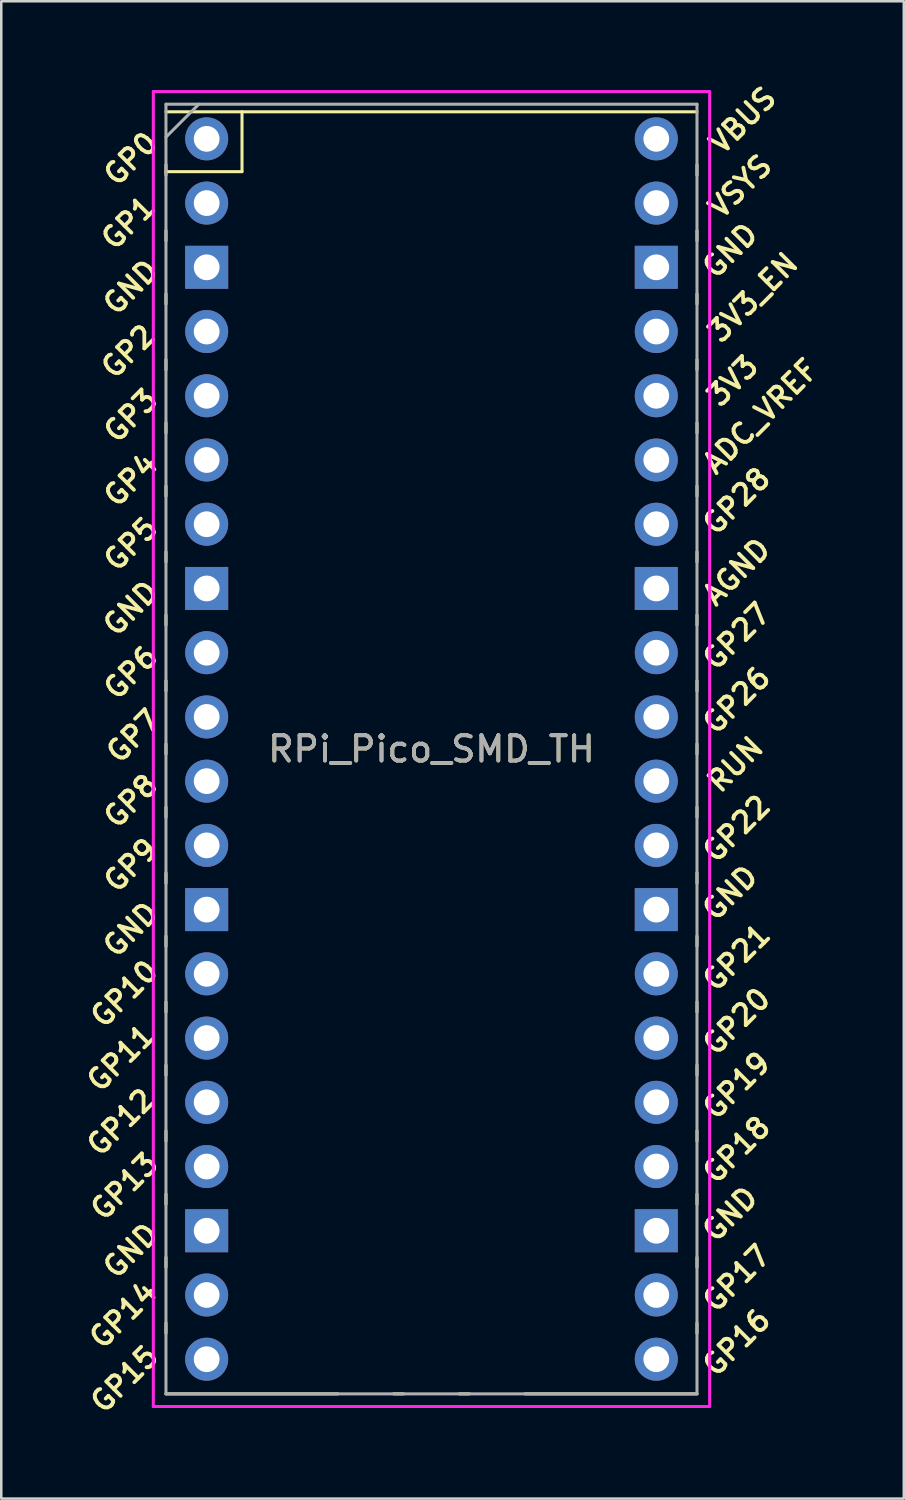
<source format=kicad_pcb>
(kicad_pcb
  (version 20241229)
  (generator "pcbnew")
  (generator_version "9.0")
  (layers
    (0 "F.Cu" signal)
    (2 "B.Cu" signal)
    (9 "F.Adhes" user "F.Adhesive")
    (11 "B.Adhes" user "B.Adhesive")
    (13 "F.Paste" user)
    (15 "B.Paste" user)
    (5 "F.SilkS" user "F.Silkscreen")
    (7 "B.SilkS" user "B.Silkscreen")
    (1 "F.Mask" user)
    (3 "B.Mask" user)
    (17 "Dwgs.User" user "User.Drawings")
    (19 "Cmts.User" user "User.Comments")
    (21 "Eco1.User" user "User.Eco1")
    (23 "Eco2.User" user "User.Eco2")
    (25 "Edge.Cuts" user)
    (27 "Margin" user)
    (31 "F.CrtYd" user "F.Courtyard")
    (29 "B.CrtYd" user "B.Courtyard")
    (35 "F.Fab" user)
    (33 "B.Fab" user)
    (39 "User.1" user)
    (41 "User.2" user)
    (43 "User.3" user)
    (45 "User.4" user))
  (footprint "RPi_Pico_SMD_TH"
    (layer "F.Cu")
    (at 14.013 26.571)
    (property "Reference" "RPi_Pico_SMD_TH" (at 0 0 0) (layer "F.SilkS") (effects (font (size 1 1) (thickness 0.15))))
    (attr through_hole)
    (fp_line (start -10.5 -25.2) (end 10.5 -25.2) (stroke (width 0.12) (type solid)) (layer "F.SilkS"))
    (fp_line (start -10.5 -23.1) (end -10.5 -22.7) (stroke (width 0.12) (type solid)) (layer "F.SilkS"))
    (fp_line (start -10.5 -22.833) (end -7.493 -22.833) (stroke (width 0.12) (type solid)) (layer "F.SilkS"))
    (fp_line (start -10.5 -20.5) (end -10.5 -20.1) (stroke (width 0.12) (type solid)) (layer "F.SilkS"))
    (fp_line (start -10.5 -18) (end -10.5 -17.6) (stroke (width 0.12) (type solid)) (layer "F.SilkS"))
    (fp_line (start -10.5 -15.4) (end -10.5 -15) (stroke (width 0.12) (type solid)) (layer "F.SilkS"))
    (fp_line (start -10.5 -12.9) (end -10.5 -12.5) (stroke (width 0.12) (type solid)) (layer "F.SilkS"))
    (fp_line (start -10.5 -10.4) (end -10.5 -10) (stroke (width 0.12) (type solid)) (layer "F.SilkS"))
    (fp_line (start -10.5 -7.8) (end -10.5 -7.4) (stroke (width 0.12) (type solid)) (layer "F.SilkS"))
    (fp_line (start -10.5 -5.3) (end -10.5 -4.9) (stroke (width 0.12) (type solid)) (layer "F.SilkS"))
    (fp_line (start -10.5 -2.7) (end -10.5 -2.3) (stroke (width 0.12) (type solid)) (layer "F.SilkS"))
    (fp_line (start -10.5 -0.2) (end -10.5 0.2) (stroke (width 0.12) (type solid)) (layer "F.SilkS"))
    (fp_line (start -10.5 2.3) (end -10.5 2.7) (stroke (width 0.12) (type solid)) (layer "F.SilkS"))
    (fp_line (start -10.5 4.9) (end -10.5 5.3) (stroke (width 0.12) (type solid)) (layer "F.SilkS"))
    (fp_line (start -10.5 7.4) (end -10.5 7.8) (stroke (width 0.12) (type solid)) (layer "F.SilkS"))
    (fp_line (start -10.5 10) (end -10.5 10.4) (stroke (width 0.12) (type solid)) (layer "F.SilkS"))
    (fp_line (start -10.5 12.5) (end -10.5 12.9) (stroke (width 0.12) (type solid)) (layer "F.SilkS"))
    (fp_line (start -10.5 15.1) (end -10.5 15.5) (stroke (width 0.12) (type solid)) (layer "F.SilkS"))
    (fp_line (start -10.5 17.6) (end -10.5 18) (stroke (width 0.12) (type solid)) (layer "F.SilkS"))
    (fp_line (start -10.5 20.1) (end -10.5 20.5) (stroke (width 0.12) (type solid)) (layer "F.SilkS"))
    (fp_line (start -10.5 22.7) (end -10.5 23.1) (stroke (width 0.12) (type solid)) (layer "F.SilkS"))
    (fp_line (start -7.493 -22.833) (end -7.493 -25.2) (stroke (width 0.12) (type solid)) (layer "F.SilkS"))
    (fp_line (start -3.7 25.5) (end -10.5 25.5) (stroke (width 0.12) (type solid)) (layer "F.SilkS"))
    (fp_line (start -1.5 25.5) (end -1.1 25.5) (stroke (width 0.12) (type solid)) (layer "F.SilkS"))
    (fp_line (start 1.1 25.5) (end 1.5 25.5) (stroke (width 0.12) (type solid)) (layer "F.SilkS"))
    (fp_line (start 10.5 -23.1) (end 10.5 -22.7) (stroke (width 0.12) (type solid)) (layer "F.SilkS"))
    (fp_line (start 10.5 -20.5) (end 10.5 -20.1) (stroke (width 0.12) (type solid)) (layer "F.SilkS"))
    (fp_line (start 10.5 -18) (end 10.5 -17.6) (stroke (width 0.12) (type solid)) (layer "F.SilkS"))
    (fp_line (start 10.5 -15.4) (end 10.5 -15) (stroke (width 0.12) (type solid)) (layer "F.SilkS"))
    (fp_line (start 10.5 -12.9) (end 10.5 -12.5) (stroke (width 0.12) (type solid)) (layer "F.SilkS"))
    (fp_line (start 10.5 -10.4) (end 10.5 -10) (stroke (width 0.12) (type solid)) (layer "F.SilkS"))
    (fp_line (start 10.5 -7.8) (end 10.5 -7.4) (stroke (width 0.12) (type solid)) (layer "F.SilkS"))
    (fp_line (start 10.5 -5.3) (end 10.5 -4.9) (stroke (width 0.12) (type solid)) (layer "F.SilkS"))
    (fp_line (start 10.5 -2.7) (end 10.5 -2.3) (stroke (width 0.12) (type solid)) (layer "F.SilkS"))
    (fp_line (start 10.5 -0.2) (end 10.5 0.2) (stroke (width 0.12) (type solid)) (layer "F.SilkS"))
    (fp_line (start 10.5 2.3) (end 10.5 2.7) (stroke (width 0.12) (type solid)) (layer "F.SilkS"))
    (fp_line (start 10.5 4.9) (end 10.5 5.3) (stroke (width 0.12) (type solid)) (layer "F.SilkS"))
    (fp_line (start 10.5 7.4) (end 10.5 7.8) (stroke (width 0.12) (type solid)) (layer "F.SilkS"))
    (fp_line (start 10.5 10) (end 10.5 10.4) (stroke (width 0.12) (type solid)) (layer "F.SilkS"))
    (fp_line (start 10.5 12.5) (end 10.5 12.9) (stroke (width 0.12) (type solid)) (layer "F.SilkS"))
    (fp_line (start 10.5 15.1) (end 10.5 15.5) (stroke (width 0.12) (type solid)) (layer "F.SilkS"))
    (fp_line (start 10.5 17.6) (end 10.5 18) (stroke (width 0.12) (type solid)) (layer "F.SilkS"))
    (fp_line (start 10.5 20.1) (end 10.5 20.5) (stroke (width 0.12) (type solid)) (layer "F.SilkS"))
    (fp_line (start 10.5 22.7) (end 10.5 23.1) (stroke (width 0.12) (type solid)) (layer "F.SilkS"))
    (fp_line (start 10.5 25.5) (end 3.7 25.5) (stroke (width 0.12) (type solid)) (layer "F.SilkS"))
    (fp_line (start -11 -26) (end 11 -26) (stroke (width 0.12) (type solid)) (layer "F.CrtYd"))
    (fp_line (start -11 26) (end -11 -26) (stroke (width 0.12) (type solid)) (layer "F.CrtYd"))
    (fp_line (start 11 -26) (end 11 26) (stroke (width 0.12) (type solid)) (layer "F.CrtYd"))
    (fp_line (start 11 26) (end -11 26) (stroke (width 0.12) (type solid)) (layer "F.CrtYd"))
    (fp_line (start -10.5 -25.5) (end 10.5 -25.5) (stroke (width 0.12) (type solid)) (layer "F.Fab"))
    (fp_line (start -10.5 -24.2) (end -9.2 -25.5) (stroke (width 0.12) (type solid)) (layer "F.Fab"))
    (fp_line (start -10.5 25.5) (end -10.5 -25.5) (stroke (width 0.12) (type solid)) (layer "F.Fab"))
    (fp_line (start 10.5 -25.5) (end 10.5 25.5) (stroke (width 0.12) (type solid)) (layer "F.Fab"))
    (fp_line (start 10.5 25.5) (end -10.5 25.5) (stroke (width 0.12) (type solid)) (layer "F.Fab"))
    (fp_text user "GP18" (at 12.065 15.85 45) (layer "F.SilkS") (effects (font (size 0.8 0.8) (thickness 0.15))))
    (fp_text user "GND" (at -11.889 7.137 45) (layer "F.SilkS") (effects (font (size 0.8 0.8) (thickness 0.15))))
    (fp_text user "RUN" (at 12.011 0.61 45) (layer "F.SilkS") (effects (font (size 0.8 0.8) (thickness 0.15))))
    (fp_text user "GP27" (at 12.065 -4.46 45) (layer "F.SilkS") (effects (font (size 0.8 0.8) (thickness 0.15))))
    (fp_text user "AGND" (at 12.065 -7.01 45) (layer "F.SilkS") (effects (font (size 0.8 0.8) (thickness 0.15))))
    (fp_text user "GP26" (at 12.065 -1.93 45) (layer "F.SilkS") (effects (font (size 0.8 0.8) (thickness 0.15))))
    (fp_text user "GP5" (at -11.889 -8.103 45) (layer "F.SilkS") (effects (font (size 0.8 0.8) (thickness 0.15))))
    (fp_text user "GND" (at 11.811 18.39 45) (layer "F.SilkS") (effects (font (size 0.8 0.8) (thickness 0.15))))
    (fp_text user "GP19" (at 12.065 13.31 45) (layer "F.SilkS") (effects (font (size 0.8 0.8) (thickness 0.15))))
    (fp_text user "GP1" (at -11.989 -20.813 45) (layer "F.SilkS") (effects (font (size 0.8 0.8) (thickness 0.15))))
    (fp_text user "GP0" (at -11.889 -23.343 45) (layer "F.SilkS") (effects (font (size 0.8 0.8) (thickness 0.15))))
    (fp_text user "GP28" (at 12.065 -9.804 45) (layer "F.SilkS") (effects (font (size 0.8 0.8) (thickness 0.15))))
    (fp_text user "GP17" (at 12.065 20.93 45) (layer "F.SilkS") (effects (font (size 0.8 0.8) (thickness 0.15))))
    (fp_text user "GP11" (at -12.289 12.217 45) (layer "F.SilkS") (effects (font (size 0.8 0.8) (thickness 0.15))))
    (fp_text user "GP10" (at -12.143 9.677 45) (layer "F.SilkS") (effects (font (size 0.8 0.8) (thickness 0.15))))
    (fp_text user "GP7" (at -11.789 -0.513 45) (layer "F.SilkS") (effects (font (size 0.8 0.8) (thickness 0.15))))
    (fp_text user "GP2" (at -11.989 -15.723 45) (layer "F.SilkS") (effects (font (size 0.8 0.8) (thickness 0.15))))
    (fp_text user "GP4" (at -11.889 -10.643 45) (layer "F.SilkS") (effects (font (size 0.8 0.8) (thickness 0.15))))
    (fp_text user "GP12" (at -12.289 14.757 45) (layer "F.SilkS") (effects (font (size 0.8 0.8) (thickness 0.15))))
    (fp_text user "GND" (at -11.889 19.837 45) (layer "F.SilkS") (effects (font (size 0.8 0.8) (thickness 0.15))))
    (fp_text user "GP8" (at -11.889 2.057 45) (layer "F.SilkS") (effects (font (size 0.8 0.8) (thickness 0.15))))
    (fp_text user "GP13" (at -12.143 17.297 45) (layer "F.SilkS") (effects (font (size 0.8 0.8) (thickness 0.15))))
    (fp_text user "GND" (at 11.811 5.69 45) (layer "F.SilkS") (effects (font (size 0.8 0.8) (thickness 0.15))))
    (fp_text user "GND" (at 11.811 -19.71 45) (layer "F.SilkS") (effects (font (size 0.8 0.8) (thickness 0.15))))
    (fp_text user "VSYS" (at 12.211 -22.25 45) (layer "F.SilkS") (effects (font (size 0.8 0.8) (thickness 0.15))))
    (fp_text user "GP21" (at 12.065 8.24 45) (layer "F.SilkS") (effects (font (size 0.8 0.8) (thickness 0.15))))
    (fp_text user "GND" (at -11.889 -18.263 45) (layer "F.SilkS") (effects (font (size 0.8 0.8) (thickness 0.15))))
    (fp_text user "GP9" (at -11.889 4.597 45) (layer "F.SilkS") (effects (font (size 0.8 0.8) (thickness 0.15))))
    (fp_text user "GP20" (at 12.065 10.77 45) (layer "F.SilkS") (effects (font (size 0.8 0.8) (thickness 0.15))))
    (fp_text user "VBUS" (at 12.311 -24.86 45) (layer "F.SilkS") (effects (font (size 0.8 0.8) (thickness 0.15))))
    (fp_text user "GND" (at -11.889 -5.563 45) (layer "F.SilkS") (effects (font (size 0.8 0.8) (thickness 0.15))))
    (fp_text user "ADC_VREF" (at 13.011 -13.16 45) (layer "F.SilkS") (effects (font (size 0.8 0.8) (thickness 0.15))))
    (fp_text user "GP3" (at -11.889 -13.183 45) (layer "F.SilkS") (effects (font (size 0.8 0.8) (thickness 0.15))))
    (fp_text user "GP22" (at 12.065 3.15 45) (layer "F.SilkS") (effects (font (size 0.8 0.8) (thickness 0.15))))
    (fp_text user "GP6" (at -11.889 -3.023 45) (layer "F.SilkS") (effects (font (size 0.8 0.8) (thickness 0.15))))
    (fp_text user "GP16" (at 12.065 23.47 45) (layer "F.SilkS") (effects (font (size 0.8 0.8) (thickness 0.15))))
    (fp_text user "3V3_EN" (at 12.711 -17.86 45) (layer "F.SilkS") (effects (font (size 0.8 0.8) (thickness 0.15))))
    (fp_text user "GP15" (at -12.143 24.917 45) (layer "F.SilkS") (effects (font (size 0.8 0.8) (thickness 0.15))))
    (fp_text user "3V3" (at 11.911 -14.56 45) (layer "F.SilkS") (effects (font (size 0.8 0.8) (thickness 0.15))))
    (fp_text user "GP14" (at -12.189 22.377 45) (layer "F.SilkS") (effects (font (size 0.8 0.8) (thickness 0.15))))
    (fp_text user "${REFERENCE}" (at 0 0 180) (layer "F.Fab") (effects (font (size 1 1) (thickness 0.15))))
    (pad "1" thru_hole oval (at -8.89 -24.13) (size 1.7 1.7) (drill 1.02) (layers "*.Cu" "*.Mask"))
    (pad "2" thru_hole oval (at -8.89 -21.59) (size 1.7 1.7) (drill 1.02) (layers "*.Cu" "*.Mask"))
    (pad "3" thru_hole rect (at -8.89 -19.05) (size 1.7 1.7) (drill 1.02) (layers "*.Cu" "*.Mask"))
    (pad "4" thru_hole oval (at -8.89 -16.51) (size 1.7 1.7) (drill 1.02) (layers "*.Cu" "*.Mask"))
    (pad "5" thru_hole oval (at -8.89 -13.97) (size 1.7 1.7) (drill 1.02) (layers "*.Cu" "*.Mask"))
    (pad "6" thru_hole oval (at -8.89 -11.43) (size 1.7 1.7) (drill 1.02) (layers "*.Cu" "*.Mask"))
    (pad "7" thru_hole oval (at -8.89 -8.89) (size 1.7 1.7) (drill 1.02) (layers "*.Cu" "*.Mask"))
    (pad "8" thru_hole rect (at -8.89 -6.35) (size 1.7 1.7) (drill 1.02) (layers "*.Cu" "*.Mask"))
    (pad "9" thru_hole oval (at -8.89 -3.81) (size 1.7 1.7) (drill 1.02) (layers "*.Cu" "*.Mask"))
    (pad "10" thru_hole oval (at -8.89 -1.27) (size 1.7 1.7) (drill 1.02) (layers "*.Cu" "*.Mask"))
    (pad "11" thru_hole oval (at -8.89 1.27) (size 1.7 1.7) (drill 1.02) (layers "*.Cu" "*.Mask"))
    (pad "12" thru_hole oval (at -8.89 3.81) (size 1.7 1.7) (drill 1.02) (layers "*.Cu" "*.Mask"))
    (pad "13" thru_hole rect (at -8.89 6.35) (size 1.7 1.7) (drill 1.02) (layers "*.Cu" "*.Mask"))
    (pad "14" thru_hole oval (at -8.89 8.89) (size 1.7 1.7) (drill 1.02) (layers "*.Cu" "*.Mask"))
    (pad "15" thru_hole oval (at -8.89 11.43) (size 1.7 1.7) (drill 1.02) (layers "*.Cu" "*.Mask"))
    (pad "16" thru_hole oval (at -8.89 13.97) (size 1.7 1.7) (drill 1.02) (layers "*.Cu" "*.Mask"))
    (pad "17" thru_hole oval (at -8.89 16.51) (size 1.7 1.7) (drill 1.02) (layers "*.Cu" "*.Mask"))
    (pad "18" thru_hole rect (at -8.89 19.05) (size 1.7 1.7) (drill 1.02) (layers "*.Cu" "*.Mask"))
    (pad "19" thru_hole oval (at -8.89 21.59) (size 1.7 1.7) (drill 1.02) (layers "*.Cu" "*.Mask"))
    (pad "20" thru_hole oval (at -8.89 24.13) (size 1.7 1.7) (drill 1.02) (layers "*.Cu" "*.Mask"))
    (pad "21" thru_hole oval (at 8.89 24.13) (size 1.7 1.7) (drill 1.02) (layers "*.Cu" "*.Mask"))
    (pad "22" thru_hole oval (at 8.89 21.59) (size 1.7 1.7) (drill 1.02) (layers "*.Cu" "*.Mask"))
    (pad "23" thru_hole rect (at 8.89 19.05) (size 1.7 1.7) (drill 1.02) (layers "*.Cu" "*.Mask"))
    (pad "24" thru_hole oval (at 8.89 16.51) (size 1.7 1.7) (drill 1.02) (layers "*.Cu" "*.Mask"))
    (pad "25" thru_hole oval (at 8.89 13.97) (size 1.7 1.7) (drill 1.02) (layers "*.Cu" "*.Mask"))
    (pad "26" thru_hole oval (at 8.89 11.43) (size 1.7 1.7) (drill 1.02) (layers "*.Cu" "*.Mask"))
    (pad "27" thru_hole oval (at 8.89 8.89) (size 1.7 1.7) (drill 1.02) (layers "*.Cu" "*.Mask"))
    (pad "28" thru_hole rect (at 8.89 6.35) (size 1.7 1.7) (drill 1.02) (layers "*.Cu" "*.Mask"))
    (pad "29" thru_hole oval (at 8.89 3.81) (size 1.7 1.7) (drill 1.02) (layers "*.Cu" "*.Mask"))
    (pad "30" thru_hole oval (at 8.89 1.27) (size 1.7 1.7) (drill 1.02) (layers "*.Cu" "*.Mask"))
    (pad "31" thru_hole oval (at 8.89 -1.27) (size 1.7 1.7) (drill 1.02) (layers "*.Cu" "*.Mask"))
    (pad "32" thru_hole oval (at 8.89 -3.81) (size 1.7 1.7) (drill 1.02) (layers "*.Cu" "*.Mask"))
    (pad "33" thru_hole rect (at 8.89 -6.35) (size 1.7 1.7) (drill 1.02) (layers "*.Cu" "*.Mask"))
    (pad "34" thru_hole oval (at 8.89 -8.89) (size 1.7 1.7) (drill 1.02) (layers "*.Cu" "*.Mask"))
    (pad "35" thru_hole oval (at 8.89 -11.43) (size 1.7 1.7) (drill 1.02) (layers "*.Cu" "*.Mask"))
    (pad "36" thru_hole oval (at 8.89 -13.97) (size 1.7 1.7) (drill 1.02) (layers "*.Cu" "*.Mask"))
    (pad "37" thru_hole oval (at 8.89 -16.51) (size 1.7 1.7) (drill 1.02) (layers "*.Cu" "*.Mask"))
    (pad "38" thru_hole rect (at 8.89 -19.05) (size 1.7 1.7) (drill 1.02) (layers "*.Cu" "*.Mask"))
    (pad "39" thru_hole oval (at 8.89 -21.59) (size 1.7 1.7) (drill 1.02) (layers "*.Cu" "*.Mask"))
    (pad "40" thru_hole oval (at 8.89 -24.13) (size 1.7 1.7) (drill 1.02) (layers "*.Cu" "*.Mask")))
  (gr_rect
    (start -3 -3)
    (end 32.691 56.212)
    (stroke (width 0.1) (type default))
    (fill no)
    (layer "Edge.Cuts")))
</source>
